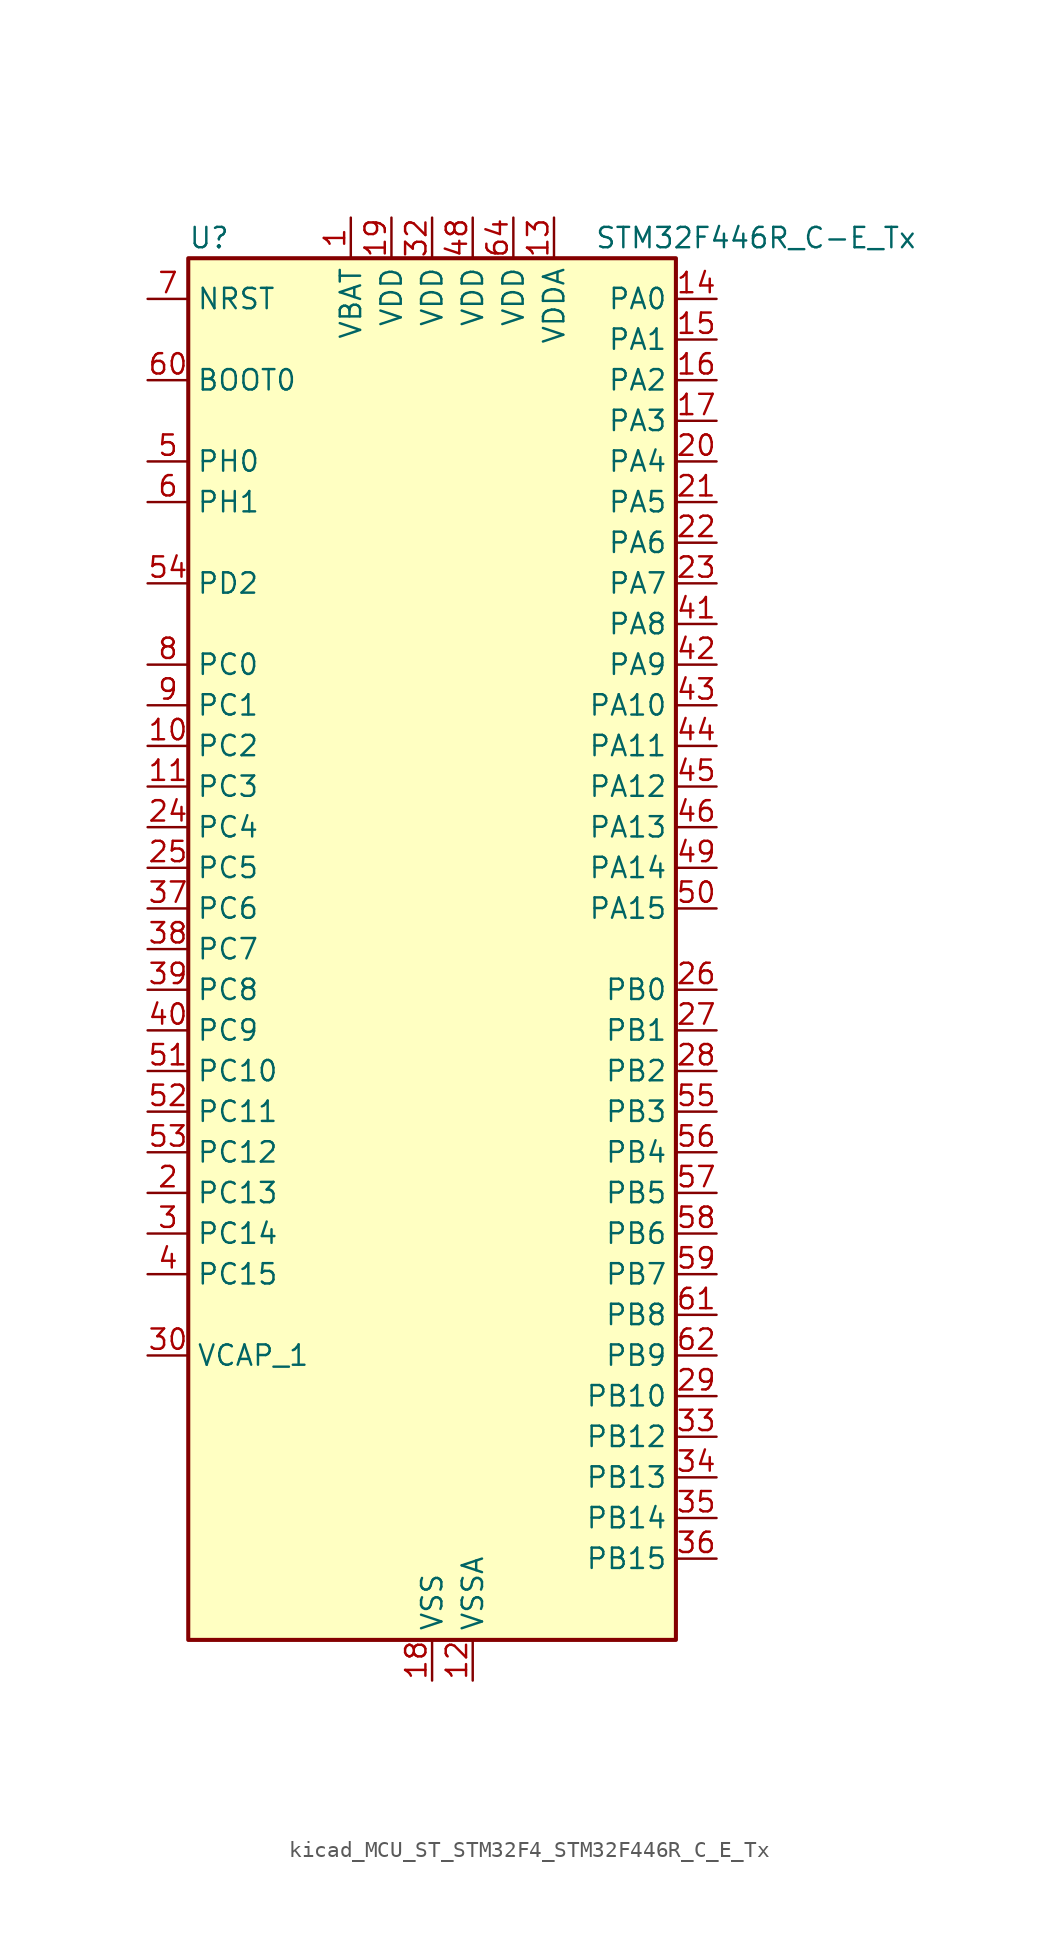
<source format=kicad_sym>
(kicad_symbol_lib
  (version 20220914)
  (generator kicad_symbol_editor)
  (symbol "kicad_MCU_ST_STM32F4_STM32F446R_C_E_Tx"
    (property "Reference" "U"
      (at -15.24 44.45 0)
      (effects (font (size 1.27 1.27)) (justify left)))
    (property "Value" "STM32F446R_C-E_Tx"
      (at 10.16 44.45 0)
      (effects (font (size 1.27 1.27)) (justify left)))
    (property "ki_locked" ""
      (at 0 0 0)
      (effects (font (size 1.27 1.27))))
    (symbol "kicad_MCU_ST_STM32F4_STM32F446R_C_E_Tx_0_1"
      (rectangle (start -15.24 -43.18) (end 15.24 43.18) (stroke (width 0.254) (type default)) (fill (type background))))
    (symbol "kicad_MCU_ST_STM32F4_STM32F446R_C_E_Tx_1_1"
      (pin power_in line (at -5.08 45.72 270) (length 2.54) (name "VBAT" (effects (font (size 1.27 1.27)))) (number "1" (effects (font (size 1.27 1.27)))))
      (pin bidirectional line (at -17.78 12.7 0) (length 2.54) (name "PC2" (effects (font (size 1.27 1.27)))) (number "10" (effects (font (size 1.27 1.27)))) (alternate "ADC1_IN12" bidirectional line) (alternate "ADC2_IN12" bidirectional line) (alternate "ADC3_IN12" bidirectional line) (alternate "SPI2_MISO" bidirectional line) (alternate "USB_OTG_HS_ULPI_DIR" bidirectional line))
      (pin bidirectional line (at -17.78 10.16 0) (length 2.54) (name "PC3" (effects (font (size 1.27 1.27)))) (number "11" (effects (font (size 1.27 1.27)))) (alternate "ADC1_IN13" bidirectional line) (alternate "ADC2_IN13" bidirectional line) (alternate "ADC3_IN13" bidirectional line) (alternate "I2S2_SD" bidirectional line) (alternate "SPI2_MOSI" bidirectional line) (alternate "USB_OTG_HS_ULPI_NXT" bidirectional line))
      (pin power_in line (at 2.54 -45.72 90) (length 2.54) (name "VSSA" (effects (font (size 1.27 1.27)))) (number "12" (effects (font (size 1.27 1.27)))))
      (pin power_in line (at 7.62 45.72 270) (length 2.54) (name "VDDA" (effects (font (size 1.27 1.27)))) (number "13" (effects (font (size 1.27 1.27)))))
      (pin bidirectional line (at 17.78 40.64 180) (length 2.54) (name "PA0" (effects (font (size 1.27 1.27)))) (number "14" (effects (font (size 1.27 1.27)))) (alternate "ADC1_IN0" bidirectional line) (alternate "ADC2_IN0" bidirectional line) (alternate "ADC3_IN0" bidirectional line) (alternate "RTC_AF2" bidirectional line) (alternate "SYS_WKUP0" bidirectional line) (alternate "TIM2_CH1" bidirectional line) (alternate "TIM2_ETR" bidirectional line) (alternate "TIM5_CH1" bidirectional line) (alternate "TIM8_ETR" bidirectional line) (alternate "UART4_TX" bidirectional line) (alternate "USART2_CTS" bidirectional line))
      (pin bidirectional line (at 17.78 38.1 180) (length 2.54) (name "PA1" (effects (font (size 1.27 1.27)))) (number "15" (effects (font (size 1.27 1.27)))) (alternate "ADC1_IN1" bidirectional line) (alternate "ADC2_IN1" bidirectional line) (alternate "ADC3_IN1" bidirectional line) (alternate "QUADSPI_BK1_IO3" bidirectional line) (alternate "TIM2_CH2" bidirectional line) (alternate "TIM5_CH2" bidirectional line) (alternate "UART4_RX" bidirectional line) (alternate "USART2_RTS" bidirectional line))
      (pin bidirectional line (at 17.78 35.56 180) (length 2.54) (name "PA2" (effects (font (size 1.27 1.27)))) (number "16" (effects (font (size 1.27 1.27)))) (alternate "ADC1_IN2" bidirectional line) (alternate "ADC2_IN2" bidirectional line) (alternate "ADC3_IN2" bidirectional line) (alternate "TIM2_CH3" bidirectional line) (alternate "TIM5_CH3" bidirectional line) (alternate "TIM9_CH1" bidirectional line) (alternate "USART2_TX" bidirectional line))
      (pin bidirectional line (at 17.78 33.02 180) (length 2.54) (name "PA3" (effects (font (size 1.27 1.27)))) (number "17" (effects (font (size 1.27 1.27)))) (alternate "ADC1_IN3" bidirectional line) (alternate "ADC2_IN3" bidirectional line) (alternate "ADC3_IN3" bidirectional line) (alternate "SAI1_FS_A" bidirectional line) (alternate "TIM2_CH4" bidirectional line) (alternate "TIM5_CH4" bidirectional line) (alternate "TIM9_CH2" bidirectional line) (alternate "USART2_RX" bidirectional line) (alternate "USB_OTG_HS_ULPI_D0" bidirectional line))
      (pin power_in line (at 0 -45.72 90) (length 2.54) (name "VSS" (effects (font (size 1.27 1.27)))) (number "18" (effects (font (size 1.27 1.27)))))
      (pin power_in line (at -2.54 45.72 270) (length 2.54) (name "VDD" (effects (font (size 1.27 1.27)))) (number "19" (effects (font (size 1.27 1.27)))))
      (pin bidirectional line (at -17.78 -15.24 0) (length 2.54) (name "PC13" (effects (font (size 1.27 1.27)))) (number "2" (effects (font (size 1.27 1.27)))) (alternate "RTC_AF1" bidirectional line) (alternate "SYS_WKUP1" bidirectional line))
      (pin bidirectional line (at 17.78 30.48 180) (length 2.54) (name "PA4" (effects (font (size 1.27 1.27)))) (number "20" (effects (font (size 1.27 1.27)))) (alternate "ADC1_IN4" bidirectional line) (alternate "ADC2_IN4" bidirectional line) (alternate "DAC_OUT1" bidirectional line) (alternate "DCMI_HSYNC" bidirectional line) (alternate "I2S1_WS" bidirectional line) (alternate "I2S3_WS" bidirectional line) (alternate "SPI1_NSS" bidirectional line) (alternate "SPI3_NSS" bidirectional line) (alternate "USART2_CK" bidirectional line) (alternate "USB_OTG_HS_SOF" bidirectional line))
      (pin bidirectional line (at 17.78 27.94 180) (length 2.54) (name "PA5" (effects (font (size 1.27 1.27)))) (number "21" (effects (font (size 1.27 1.27)))) (alternate "ADC1_IN5" bidirectional line) (alternate "ADC2_IN5" bidirectional line) (alternate "DAC_OUT2" bidirectional line) (alternate "I2S1_CK" bidirectional line) (alternate "SPI1_SCK" bidirectional line) (alternate "TIM2_CH1" bidirectional line) (alternate "TIM2_ETR" bidirectional line) (alternate "TIM8_CH1N" bidirectional line) (alternate "USB_OTG_HS_ULPI_CK" bidirectional line))
      (pin bidirectional line (at 17.78 25.4 180) (length 2.54) (name "PA6" (effects (font (size 1.27 1.27)))) (number "22" (effects (font (size 1.27 1.27)))) (alternate "ADC1_IN6" bidirectional line) (alternate "ADC2_IN6" bidirectional line) (alternate "DCMI_PIXCLK" bidirectional line) (alternate "I2S2_MCK" bidirectional line) (alternate "SPI1_MISO" bidirectional line) (alternate "TIM13_CH1" bidirectional line) (alternate "TIM1_BKIN" bidirectional line) (alternate "TIM3_CH1" bidirectional line) (alternate "TIM8_BKIN" bidirectional line))
      (pin bidirectional line (at 17.78 22.86 180) (length 2.54) (name "PA7" (effects (font (size 1.27 1.27)))) (number "23" (effects (font (size 1.27 1.27)))) (alternate "ADC1_IN7" bidirectional line) (alternate "ADC2_IN7" bidirectional line) (alternate "I2S1_SD" bidirectional line) (alternate "SPI1_MOSI" bidirectional line) (alternate "TIM14_CH1" bidirectional line) (alternate "TIM1_CH1N" bidirectional line) (alternate "TIM3_CH2" bidirectional line) (alternate "TIM8_CH1N" bidirectional line))
      (pin bidirectional line (at -17.78 7.62 0) (length 2.54) (name "PC4" (effects (font (size 1.27 1.27)))) (number "24" (effects (font (size 1.27 1.27)))) (alternate "ADC1_IN14" bidirectional line) (alternate "ADC2_IN14" bidirectional line) (alternate "I2S1_MCK" bidirectional line) (alternate "SPDIFRX_IN2" bidirectional line))
      (pin bidirectional line (at -17.78 5.08 0) (length 2.54) (name "PC5" (effects (font (size 1.27 1.27)))) (number "25" (effects (font (size 1.27 1.27)))) (alternate "ADC1_IN15" bidirectional line) (alternate "ADC2_IN15" bidirectional line) (alternate "SPDIFRX_IN3" bidirectional line) (alternate "USART3_RX" bidirectional line))
      (pin bidirectional line (at 17.78 -2.54 180) (length 2.54) (name "PB0" (effects (font (size 1.27 1.27)))) (number "26" (effects (font (size 1.27 1.27)))) (alternate "ADC1_IN8" bidirectional line) (alternate "ADC2_IN8" bidirectional line) (alternate "I2S3_SD" bidirectional line) (alternate "SDIO_D1" bidirectional line) (alternate "SPI3_MOSI" bidirectional line) (alternate "TIM1_CH2N" bidirectional line) (alternate "TIM3_CH3" bidirectional line) (alternate "TIM8_CH2N" bidirectional line) (alternate "UART4_CTS" bidirectional line) (alternate "USB_OTG_HS_ULPI_D1" bidirectional line))
      (pin bidirectional line (at 17.78 -5.08 180) (length 2.54) (name "PB1" (effects (font (size 1.27 1.27)))) (number "27" (effects (font (size 1.27 1.27)))) (alternate "ADC1_IN9" bidirectional line) (alternate "ADC2_IN9" bidirectional line) (alternate "SDIO_D2" bidirectional line) (alternate "TIM1_CH3N" bidirectional line) (alternate "TIM3_CH4" bidirectional line) (alternate "TIM8_CH3N" bidirectional line) (alternate "USB_OTG_HS_ULPI_D2" bidirectional line))
      (pin bidirectional line (at 17.78 -7.62 180) (length 2.54) (name "PB2" (effects (font (size 1.27 1.27)))) (number "28" (effects (font (size 1.27 1.27)))) (alternate "I2S3_SD" bidirectional line) (alternate "QUADSPI_CLK" bidirectional line) (alternate "SAI1_SD_A" bidirectional line) (alternate "SDIO_CK" bidirectional line) (alternate "SPI3_MOSI" bidirectional line) (alternate "TIM2_CH4" bidirectional line) (alternate "USB_OTG_HS_ULPI_D4" bidirectional line))
      (pin bidirectional line (at 17.78 -27.94 180) (length 2.54) (name "PB10" (effects (font (size 1.27 1.27)))) (number "29" (effects (font (size 1.27 1.27)))) (alternate "I2C2_SCL" bidirectional line) (alternate "I2S2_CK" bidirectional line) (alternate "SAI1_SCK_A" bidirectional line) (alternate "SPI2_SCK" bidirectional line) (alternate "TIM2_CH3" bidirectional line) (alternate "USART3_TX" bidirectional line) (alternate "USB_OTG_HS_ULPI_D3" bidirectional line))
      (pin bidirectional line (at -17.78 -17.78 0) (length 2.54) (name "PC14" (effects (font (size 1.27 1.27)))) (number "3" (effects (font (size 1.27 1.27)))) (alternate "RCC_OSC32_IN" bidirectional line))
      (pin power_out line (at -17.78 -25.4 0) (length 2.54) (name "VCAP_1" (effects (font (size 1.27 1.27)))) (number "30" (effects (font (size 1.27 1.27)))))
      (pin passive line (at 0 -45.72 90) (length 2.54) hide (name "VSS" (effects (font (size 1.27 1.27)))) (number "31" (effects (font (size 1.27 1.27)))))
      (pin power_in line (at 0 45.72 270) (length 2.54) (name "VDD" (effects (font (size 1.27 1.27)))) (number "32" (effects (font (size 1.27 1.27)))))
      (pin bidirectional line (at 17.78 -30.48 180) (length 2.54) (name "PB12" (effects (font (size 1.27 1.27)))) (number "33" (effects (font (size 1.27 1.27)))) (alternate "CAN2_RX" bidirectional line) (alternate "I2C2_SMBA" bidirectional line) (alternate "I2S2_WS" bidirectional line) (alternate "SAI1_SCK_B" bidirectional line) (alternate "SPI2_NSS" bidirectional line) (alternate "TIM1_BKIN" bidirectional line) (alternate "USART3_CK" bidirectional line) (alternate "USB_OTG_HS_ID" bidirectional line) (alternate "USB_OTG_HS_ULPI_D5" bidirectional line))
      (pin bidirectional line (at 17.78 -33.02 180) (length 2.54) (name "PB13" (effects (font (size 1.27 1.27)))) (number "34" (effects (font (size 1.27 1.27)))) (alternate "CAN2_TX" bidirectional line) (alternate "I2S2_CK" bidirectional line) (alternate "SPI2_SCK" bidirectional line) (alternate "TIM1_CH1N" bidirectional line) (alternate "USART3_CTS" bidirectional line) (alternate "USB_OTG_HS_ULPI_D6" bidirectional line) (alternate "USB_OTG_HS_VBUS" bidirectional line))
      (pin bidirectional line (at 17.78 -35.56 180) (length 2.54) (name "PB14" (effects (font (size 1.27 1.27)))) (number "35" (effects (font (size 1.27 1.27)))) (alternate "SPI2_MISO" bidirectional line) (alternate "TIM12_CH1" bidirectional line) (alternate "TIM1_CH2N" bidirectional line) (alternate "TIM8_CH2N" bidirectional line) (alternate "USART3_RTS" bidirectional line) (alternate "USB_OTG_HS_DM" bidirectional line))
      (pin bidirectional line (at 17.78 -38.1 180) (length 2.54) (name "PB15" (effects (font (size 1.27 1.27)))) (number "36" (effects (font (size 1.27 1.27)))) (alternate "ADC1_EXTI15" bidirectional line) (alternate "ADC2_EXTI15" bidirectional line) (alternate "ADC3_EXTI15" bidirectional line) (alternate "I2S2_SD" bidirectional line) (alternate "RTC_REFIN" bidirectional line) (alternate "SPI2_MOSI" bidirectional line) (alternate "TIM12_CH2" bidirectional line) (alternate "TIM1_CH3N" bidirectional line) (alternate "TIM8_CH3N" bidirectional line) (alternate "USB_OTG_HS_DP" bidirectional line))
      (pin bidirectional line (at -17.78 2.54 0) (length 2.54) (name "PC6" (effects (font (size 1.27 1.27)))) (number "37" (effects (font (size 1.27 1.27)))) (alternate "DCMI_D0" bidirectional line) (alternate "FMPI2C1_SCL" bidirectional line) (alternate "I2S2_MCK" bidirectional line) (alternate "SDIO_D6" bidirectional line) (alternate "TIM3_CH1" bidirectional line) (alternate "TIM8_CH1" bidirectional line) (alternate "USART6_TX" bidirectional line))
      (pin bidirectional line (at -17.78 0 0) (length 2.54) (name "PC7" (effects (font (size 1.27 1.27)))) (number "38" (effects (font (size 1.27 1.27)))) (alternate "DCMI_D1" bidirectional line) (alternate "FMPI2C1_SDA" bidirectional line) (alternate "I2S2_CK" bidirectional line) (alternate "I2S3_MCK" bidirectional line) (alternate "SDIO_D7" bidirectional line) (alternate "SPDIFRX_IN1" bidirectional line) (alternate "SPI2_SCK" bidirectional line) (alternate "TIM3_CH2" bidirectional line) (alternate "TIM8_CH2" bidirectional line) (alternate "USART6_RX" bidirectional line))
      (pin bidirectional line (at -17.78 -2.54 0) (length 2.54) (name "PC8" (effects (font (size 1.27 1.27)))) (number "39" (effects (font (size 1.27 1.27)))) (alternate "DCMI_D2" bidirectional line) (alternate "SDIO_D0" bidirectional line) (alternate "SYS_TRACED0" bidirectional line) (alternate "TIM3_CH3" bidirectional line) (alternate "TIM8_CH3" bidirectional line) (alternate "UART5_RTS" bidirectional line) (alternate "USART6_CK" bidirectional line))
      (pin bidirectional line (at -17.78 -20.32 0) (length 2.54) (name "PC15" (effects (font (size 1.27 1.27)))) (number "4" (effects (font (size 1.27 1.27)))) (alternate "ADC1_EXTI15" bidirectional line) (alternate "ADC2_EXTI15" bidirectional line) (alternate "ADC3_EXTI15" bidirectional line) (alternate "RCC_OSC32_OUT" bidirectional line))
      (pin bidirectional line (at -17.78 -5.08 0) (length 2.54) (name "PC9" (effects (font (size 1.27 1.27)))) (number "40" (effects (font (size 1.27 1.27)))) (alternate "DAC_EXTI9" bidirectional line) (alternate "DCMI_D3" bidirectional line) (alternate "I2C3_SDA" bidirectional line) (alternate "I2S_CKIN" bidirectional line) (alternate "QUADSPI_BK1_IO0" bidirectional line) (alternate "RCC_MCO_2" bidirectional line) (alternate "SDIO_D1" bidirectional line) (alternate "TIM3_CH4" bidirectional line) (alternate "TIM8_CH4" bidirectional line) (alternate "UART5_CTS" bidirectional line))
      (pin bidirectional line (at 17.78 20.32 180) (length 2.54) (name "PA8" (effects (font (size 1.27 1.27)))) (number "41" (effects (font (size 1.27 1.27)))) (alternate "I2C3_SCL" bidirectional line) (alternate "RCC_MCO_1" bidirectional line) (alternate "TIM1_CH1" bidirectional line) (alternate "USART1_CK" bidirectional line) (alternate "USB_OTG_FS_SOF" bidirectional line))
      (pin bidirectional line (at 17.78 17.78 180) (length 2.54) (name "PA9" (effects (font (size 1.27 1.27)))) (number "42" (effects (font (size 1.27 1.27)))) (alternate "DAC_EXTI9" bidirectional line) (alternate "DCMI_D0" bidirectional line) (alternate "I2C3_SMBA" bidirectional line) (alternate "I2S2_CK" bidirectional line) (alternate "SAI1_SD_B" bidirectional line) (alternate "SPI2_SCK" bidirectional line) (alternate "TIM1_CH2" bidirectional line) (alternate "USART1_TX" bidirectional line) (alternate "USB_OTG_FS_VBUS" bidirectional line))
      (pin bidirectional line (at 17.78 15.24 180) (length 2.54) (name "PA10" (effects (font (size 1.27 1.27)))) (number "43" (effects (font (size 1.27 1.27)))) (alternate "DCMI_D1" bidirectional line) (alternate "TIM1_CH3" bidirectional line) (alternate "USART1_RX" bidirectional line) (alternate "USB_OTG_FS_ID" bidirectional line))
      (pin bidirectional line (at 17.78 12.7 180) (length 2.54) (name "PA11" (effects (font (size 1.27 1.27)))) (number "44" (effects (font (size 1.27 1.27)))) (alternate "ADC1_EXTI11" bidirectional line) (alternate "ADC2_EXTI11" bidirectional line) (alternate "ADC3_EXTI11" bidirectional line) (alternate "CAN1_RX" bidirectional line) (alternate "TIM1_CH4" bidirectional line) (alternate "USART1_CTS" bidirectional line) (alternate "USB_OTG_FS_DM" bidirectional line))
      (pin bidirectional line (at 17.78 10.16 180) (length 2.54) (name "PA12" (effects (font (size 1.27 1.27)))) (number "45" (effects (font (size 1.27 1.27)))) (alternate "CAN1_TX" bidirectional line) (alternate "TIM1_ETR" bidirectional line) (alternate "USART1_RTS" bidirectional line) (alternate "USB_OTG_FS_DP" bidirectional line))
      (pin bidirectional line (at 17.78 7.62 180) (length 2.54) (name "PA13" (effects (font (size 1.27 1.27)))) (number "46" (effects (font (size 1.27 1.27)))) (alternate "SYS_JTMS-SWDIO" bidirectional line))
      (pin passive line (at 0 -45.72 90) (length 2.54) hide (name "VSS" (effects (font (size 1.27 1.27)))) (number "47" (effects (font (size 1.27 1.27)))))
      (pin power_in line (at 2.54 45.72 270) (length 2.54) (name "VDD" (effects (font (size 1.27 1.27)))) (number "48" (effects (font (size 1.27 1.27)))))
      (pin bidirectional line (at 17.78 5.08 180) (length 2.54) (name "PA14" (effects (font (size 1.27 1.27)))) (number "49" (effects (font (size 1.27 1.27)))) (alternate "SYS_JTCK-SWCLK" bidirectional line))
      (pin bidirectional line (at -17.78 30.48 0) (length 2.54) (name "PH0" (effects (font (size 1.27 1.27)))) (number "5" (effects (font (size 1.27 1.27)))) (alternate "RCC_OSC_IN" bidirectional line))
      (pin bidirectional line (at 17.78 2.54 180) (length 2.54) (name "PA15" (effects (font (size 1.27 1.27)))) (number "50" (effects (font (size 1.27 1.27)))) (alternate "ADC1_EXTI15" bidirectional line) (alternate "ADC2_EXTI15" bidirectional line) (alternate "ADC3_EXTI15" bidirectional line) (alternate "CEC" bidirectional line) (alternate "I2S1_WS" bidirectional line) (alternate "I2S3_WS" bidirectional line) (alternate "SPI1_NSS" bidirectional line) (alternate "SPI3_NSS" bidirectional line) (alternate "SYS_JTDI" bidirectional line) (alternate "TIM2_CH1" bidirectional line) (alternate "TIM2_ETR" bidirectional line) (alternate "UART4_RTS" bidirectional line))
      (pin bidirectional line (at -17.78 -7.62 0) (length 2.54) (name "PC10" (effects (font (size 1.27 1.27)))) (number "51" (effects (font (size 1.27 1.27)))) (alternate "DCMI_D8" bidirectional line) (alternate "I2S3_CK" bidirectional line) (alternate "QUADSPI_BK1_IO1" bidirectional line) (alternate "SDIO_D2" bidirectional line) (alternate "SPI3_SCK" bidirectional line) (alternate "UART4_TX" bidirectional line) (alternate "USART3_TX" bidirectional line))
      (pin bidirectional line (at -17.78 -10.16 0) (length 2.54) (name "PC11" (effects (font (size 1.27 1.27)))) (number "52" (effects (font (size 1.27 1.27)))) (alternate "ADC1_EXTI11" bidirectional line) (alternate "ADC2_EXTI11" bidirectional line) (alternate "ADC3_EXTI11" bidirectional line) (alternate "DCMI_D4" bidirectional line) (alternate "QUADSPI_BK2_NCS" bidirectional line) (alternate "SDIO_D3" bidirectional line) (alternate "SPI3_MISO" bidirectional line) (alternate "UART4_RX" bidirectional line) (alternate "USART3_RX" bidirectional line))
      (pin bidirectional line (at -17.78 -12.7 0) (length 2.54) (name "PC12" (effects (font (size 1.27 1.27)))) (number "53" (effects (font (size 1.27 1.27)))) (alternate "DCMI_D9" bidirectional line) (alternate "I2C2_SDA" bidirectional line) (alternate "I2S3_SD" bidirectional line) (alternate "SDIO_CK" bidirectional line) (alternate "SPI3_MOSI" bidirectional line) (alternate "UART5_TX" bidirectional line) (alternate "USART3_CK" bidirectional line))
      (pin bidirectional line (at -17.78 22.86 0) (length 2.54) (name "PD2" (effects (font (size 1.27 1.27)))) (number "54" (effects (font (size 1.27 1.27)))) (alternate "DCMI_D11" bidirectional line) (alternate "SDIO_CMD" bidirectional line) (alternate "TIM3_ETR" bidirectional line) (alternate "UART5_RX" bidirectional line))
      (pin bidirectional line (at 17.78 -10.16 180) (length 2.54) (name "PB3" (effects (font (size 1.27 1.27)))) (number "55" (effects (font (size 1.27 1.27)))) (alternate "I2C2_SDA" bidirectional line) (alternate "I2S1_CK" bidirectional line) (alternate "I2S3_CK" bidirectional line) (alternate "SPI1_SCK" bidirectional line) (alternate "SPI3_SCK" bidirectional line) (alternate "SYS_JTDO-SWO" bidirectional line) (alternate "TIM2_CH2" bidirectional line))
      (pin bidirectional line (at 17.78 -12.7 180) (length 2.54) (name "PB4" (effects (font (size 1.27 1.27)))) (number "56" (effects (font (size 1.27 1.27)))) (alternate "I2C3_SDA" bidirectional line) (alternate "I2S2_WS" bidirectional line) (alternate "SPI1_MISO" bidirectional line) (alternate "SPI2_NSS" bidirectional line) (alternate "SPI3_MISO" bidirectional line) (alternate "SYS_JTRST" bidirectional line) (alternate "TIM3_CH1" bidirectional line))
      (pin bidirectional line (at 17.78 -15.24 180) (length 2.54) (name "PB5" (effects (font (size 1.27 1.27)))) (number "57" (effects (font (size 1.27 1.27)))) (alternate "CAN2_RX" bidirectional line) (alternate "DCMI_D10" bidirectional line) (alternate "I2C1_SMBA" bidirectional line) (alternate "I2S1_SD" bidirectional line) (alternate "I2S3_SD" bidirectional line) (alternate "SPI1_MOSI" bidirectional line) (alternate "SPI3_MOSI" bidirectional line) (alternate "TIM3_CH2" bidirectional line) (alternate "USB_OTG_HS_ULPI_D7" bidirectional line))
      (pin bidirectional line (at 17.78 -17.78 180) (length 2.54) (name "PB6" (effects (font (size 1.27 1.27)))) (number "58" (effects (font (size 1.27 1.27)))) (alternate "CAN2_TX" bidirectional line) (alternate "CEC" bidirectional line) (alternate "DCMI_D5" bidirectional line) (alternate "I2C1_SCL" bidirectional line) (alternate "QUADSPI_BK1_NCS" bidirectional line) (alternate "TIM4_CH1" bidirectional line) (alternate "USART1_TX" bidirectional line))
      (pin bidirectional line (at 17.78 -20.32 180) (length 2.54) (name "PB7" (effects (font (size 1.27 1.27)))) (number "59" (effects (font (size 1.27 1.27)))) (alternate "DCMI_VSYNC" bidirectional line) (alternate "I2C1_SDA" bidirectional line) (alternate "SPDIFRX_IN0" bidirectional line) (alternate "TIM4_CH2" bidirectional line) (alternate "USART1_RX" bidirectional line))
      (pin bidirectional line (at -17.78 27.94 0) (length 2.54) (name "PH1" (effects (font (size 1.27 1.27)))) (number "6" (effects (font (size 1.27 1.27)))) (alternate "RCC_OSC_OUT" bidirectional line))
      (pin input line (at -17.78 35.56 0) (length 2.54) (name "BOOT0" (effects (font (size 1.27 1.27)))) (number "60" (effects (font (size 1.27 1.27)))))
      (pin bidirectional line (at 17.78 -22.86 180) (length 2.54) (name "PB8" (effects (font (size 1.27 1.27)))) (number "61" (effects (font (size 1.27 1.27)))) (alternate "CAN1_RX" bidirectional line) (alternate "DCMI_D6" bidirectional line) (alternate "I2C1_SCL" bidirectional line) (alternate "SDIO_D4" bidirectional line) (alternate "TIM10_CH1" bidirectional line) (alternate "TIM2_CH1" bidirectional line) (alternate "TIM2_ETR" bidirectional line) (alternate "TIM4_CH3" bidirectional line))
      (pin bidirectional line (at 17.78 -25.4 180) (length 2.54) (name "PB9" (effects (font (size 1.27 1.27)))) (number "62" (effects (font (size 1.27 1.27)))) (alternate "CAN1_TX" bidirectional line) (alternate "DAC_EXTI9" bidirectional line) (alternate "DCMI_D7" bidirectional line) (alternate "I2C1_SDA" bidirectional line) (alternate "I2S2_WS" bidirectional line) (alternate "SAI1_FS_B" bidirectional line) (alternate "SDIO_D5" bidirectional line) (alternate "SPI2_NSS" bidirectional line) (alternate "TIM11_CH1" bidirectional line) (alternate "TIM2_CH2" bidirectional line) (alternate "TIM4_CH4" bidirectional line))
      (pin passive line (at 0 -45.72 90) (length 2.54) hide (name "VSS" (effects (font (size 1.27 1.27)))) (number "63" (effects (font (size 1.27 1.27)))))
      (pin power_in line (at 5.08 45.72 270) (length 2.54) (name "VDD" (effects (font (size 1.27 1.27)))) (number "64" (effects (font (size 1.27 1.27)))))
      (pin input line (at -17.78 40.64 0) (length 2.54) (name "NRST" (effects (font (size 1.27 1.27)))) (number "7" (effects (font (size 1.27 1.27)))))
      (pin bidirectional line (at -17.78 17.78 0) (length 2.54) (name "PC0" (effects (font (size 1.27 1.27)))) (number "8" (effects (font (size 1.27 1.27)))) (alternate "ADC1_IN10" bidirectional line) (alternate "ADC2_IN10" bidirectional line) (alternate "ADC3_IN10" bidirectional line) (alternate "SAI1_MCLK_B" bidirectional line) (alternate "USB_OTG_HS_ULPI_STP" bidirectional line))
      (pin bidirectional line (at -17.78 15.24 0) (length 2.54) (name "PC1" (effects (font (size 1.27 1.27)))) (number "9" (effects (font (size 1.27 1.27)))) (alternate "ADC1_IN11" bidirectional line) (alternate "ADC2_IN11" bidirectional line) (alternate "ADC3_IN11" bidirectional line) (alternate "I2S2_SD" bidirectional line) (alternate "I2S3_SD" bidirectional line) (alternate "SAI1_SD_A" bidirectional line) (alternate "SPI2_MOSI" bidirectional line) (alternate "SPI3_MOSI" bidirectional line)))))
</source>
